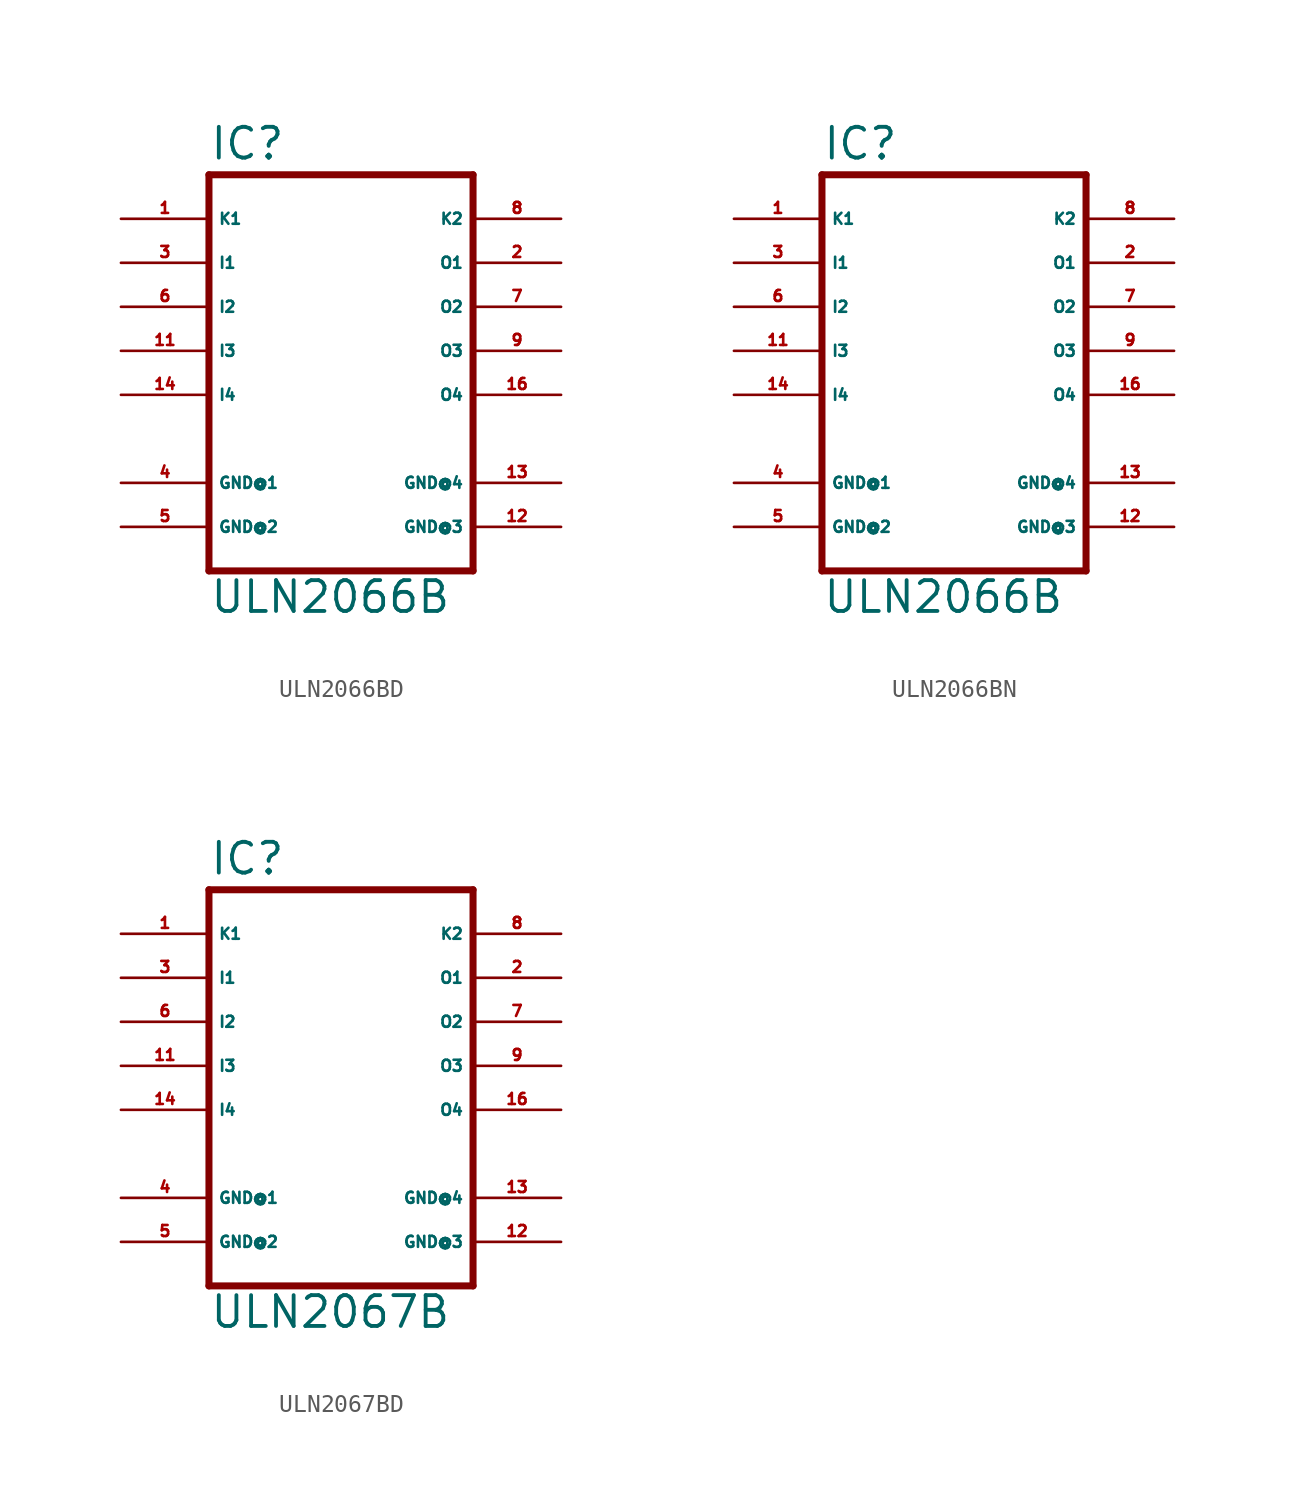
<source format=kicad_sym>
(kicad_symbol_lib
  (version 20220914)
  (generator Eagle2Kicad)
  (symbol "ULN2066BD"
    (property "Reference" "IC"
      (at -7.62 10.922 0)
      (effects (font (size 1.778 1.778) (thickness 0.22)) (justify left bottom)))
    (property "Value" "ULN2066B"
      (at -7.62 -15.24 0)
      (effects (font (size 1.778 1.778) (thickness 0.22)) (justify left bottom)))
    (polyline
      (pts (xy -7.62 10.16) (xy 7.62 10.16))
      (stroke (width 0.406) (type default))
      (fill (type none)))
    (polyline
      (pts (xy 7.62 -12.7) (xy 7.62 10.16))
      (stroke (width 0.406) (type default))
      (fill (type none)))
    (polyline
      (pts (xy 7.62 -12.7) (xy -7.62 -12.7))
      (stroke (width 0.406) (type default))
      (fill (type none)))
    (polyline
      (pts (xy -7.62 10.16) (xy -7.62 -12.7))
      (stroke (width 0.406) (type default))
      (fill (type none)))
    (pin input line
      (at -12.7 5.08 0)
      (length 5.08)
      (name "I1" (effects (font (size 0.635 0.635) (thickness 0.08)) (justify left bottom)))
      (number "3" (effects (font (size 0.635 0.635) (thickness 0.08)) (justify left bottom))))
    (pin input line
      (at -12.7 2.54 0)
      (length 5.08)
      (name "I2" (effects (font (size 0.635 0.635) (thickness 0.08)) (justify left bottom)))
      (number "6" (effects (font (size 0.635 0.635) (thickness 0.08)) (justify left bottom))))
    (pin input line
      (at -12.7 0 0)
      (length 5.08)
      (name "I3" (effects (font (size 0.635 0.635) (thickness 0.08)) (justify left bottom)))
      (number "11" (effects (font (size 0.635 0.635) (thickness 0.08)) (justify left bottom))))
    (pin input line
      (at -12.7 -2.54 0)
      (length 5.08)
      (name "I4" (effects (font (size 0.635 0.635) (thickness 0.08)) (justify left bottom)))
      (number "14" (effects (font (size 0.635 0.635) (thickness 0.08)) (justify left bottom))))
    (pin open_collector line
      (at 12.7 5.08 180)
      (length 5.08)
      (name "O1" (effects (font (size 0.635 0.635) (thickness 0.08)) (justify left bottom)))
      (number "2" (effects (font (size 0.635 0.635) (thickness 0.08)) (justify left bottom))))
    (pin open_collector line
      (at 12.7 2.54 180)
      (length 5.08)
      (name "O2" (effects (font (size 0.635 0.635) (thickness 0.08)) (justify left bottom)))
      (number "7" (effects (font (size 0.635 0.635) (thickness 0.08)) (justify left bottom))))
    (pin open_collector line
      (at 12.7 0 180)
      (length 5.08)
      (name "O3" (effects (font (size 0.635 0.635) (thickness 0.08)) (justify left bottom)))
      (number "9" (effects (font (size 0.635 0.635) (thickness 0.08)) (justify left bottom))))
    (pin open_collector line
      (at 12.7 -2.54 180)
      (length 5.08)
      (name "O4" (effects (font (size 0.635 0.635) (thickness 0.08)) (justify left bottom)))
      (number "16" (effects (font (size 0.635 0.635) (thickness 0.08)) (justify left bottom))))
    (pin passive line
      (at 12.7 7.62 180)
      (length 5.08)
      (name "K2" (effects (font (size 0.635 0.635) (thickness 0.08)) (justify left bottom)))
      (number "8" (effects (font (size 0.635 0.635) (thickness 0.08)) (justify left bottom))))
    (pin unspecified line
      (at -12.7 -10.16 0)
      (length 5.08)
      (name "GND@2" (effects (font (size 0.635 0.635) (thickness 0.08)) (justify left bottom)))
      (number "5" (effects (font (size 0.635 0.635) (thickness 0.08)) (justify left bottom))))
    (pin passive line
      (at -12.7 7.62 0)
      (length 5.08)
      (name "K1" (effects (font (size 0.635 0.635) (thickness 0.08)) (justify left bottom)))
      (number "1" (effects (font (size 0.635 0.635) (thickness 0.08)) (justify left bottom))))
    (pin unspecified line
      (at 12.7 -7.62 180)
      (length 5.08)
      (name "GND@4" (effects (font (size 0.635 0.635) (thickness 0.08)) (justify left bottom)))
      (number "13" (effects (font (size 0.635 0.635) (thickness 0.08)) (justify left bottom))))
    (pin unspecified line
      (at -12.7 -7.62 0)
      (length 5.08)
      (name "GND@1" (effects (font (size 0.635 0.635) (thickness 0.08)) (justify left bottom)))
      (number "4" (effects (font (size 0.635 0.635) (thickness 0.08)) (justify left bottom))))
    (pin unspecified line
      (at 12.7 -10.16 180)
      (length 5.08)
      (name "GND@3" (effects (font (size 0.635 0.635) (thickness 0.08)) (justify left bottom)))
      (number "12" (effects (font (size 0.635 0.635) (thickness 0.08)) (justify left bottom)))))
  (symbol "ULN2066BN"
    (property "Reference" "IC"
      (at -7.62 10.922 0)
      (effects (font (size 1.778 1.778) (thickness 0.22)) (justify left bottom)))
    (property "Value" "ULN2066B"
      (at -7.62 -15.24 0)
      (effects (font (size 1.778 1.778) (thickness 0.22)) (justify left bottom)))
    (polyline
      (pts (xy -7.62 10.16) (xy 7.62 10.16))
      (stroke (width 0.406) (type default))
      (fill (type none)))
    (polyline
      (pts (xy 7.62 -12.7) (xy 7.62 10.16))
      (stroke (width 0.406) (type default))
      (fill (type none)))
    (polyline
      (pts (xy 7.62 -12.7) (xy -7.62 -12.7))
      (stroke (width 0.406) (type default))
      (fill (type none)))
    (polyline
      (pts (xy -7.62 10.16) (xy -7.62 -12.7))
      (stroke (width 0.406) (type default))
      (fill (type none)))
    (pin input line
      (at -12.7 5.08 0)
      (length 5.08)
      (name "I1" (effects (font (size 0.635 0.635) (thickness 0.08)) (justify left bottom)))
      (number "3" (effects (font (size 0.635 0.635) (thickness 0.08)) (justify left bottom))))
    (pin input line
      (at -12.7 2.54 0)
      (length 5.08)
      (name "I2" (effects (font (size 0.635 0.635) (thickness 0.08)) (justify left bottom)))
      (number "6" (effects (font (size 0.635 0.635) (thickness 0.08)) (justify left bottom))))
    (pin input line
      (at -12.7 0 0)
      (length 5.08)
      (name "I3" (effects (font (size 0.635 0.635) (thickness 0.08)) (justify left bottom)))
      (number "11" (effects (font (size 0.635 0.635) (thickness 0.08)) (justify left bottom))))
    (pin input line
      (at -12.7 -2.54 0)
      (length 5.08)
      (name "I4" (effects (font (size 0.635 0.635) (thickness 0.08)) (justify left bottom)))
      (number "14" (effects (font (size 0.635 0.635) (thickness 0.08)) (justify left bottom))))
    (pin open_collector line
      (at 12.7 5.08 180)
      (length 5.08)
      (name "O1" (effects (font (size 0.635 0.635) (thickness 0.08)) (justify left bottom)))
      (number "2" (effects (font (size 0.635 0.635) (thickness 0.08)) (justify left bottom))))
    (pin open_collector line
      (at 12.7 2.54 180)
      (length 5.08)
      (name "O2" (effects (font (size 0.635 0.635) (thickness 0.08)) (justify left bottom)))
      (number "7" (effects (font (size 0.635 0.635) (thickness 0.08)) (justify left bottom))))
    (pin open_collector line
      (at 12.7 0 180)
      (length 5.08)
      (name "O3" (effects (font (size 0.635 0.635) (thickness 0.08)) (justify left bottom)))
      (number "9" (effects (font (size 0.635 0.635) (thickness 0.08)) (justify left bottom))))
    (pin open_collector line
      (at 12.7 -2.54 180)
      (length 5.08)
      (name "O4" (effects (font (size 0.635 0.635) (thickness 0.08)) (justify left bottom)))
      (number "16" (effects (font (size 0.635 0.635) (thickness 0.08)) (justify left bottom))))
    (pin passive line
      (at 12.7 7.62 180)
      (length 5.08)
      (name "K2" (effects (font (size 0.635 0.635) (thickness 0.08)) (justify left bottom)))
      (number "8" (effects (font (size 0.635 0.635) (thickness 0.08)) (justify left bottom))))
    (pin unspecified line
      (at -12.7 -10.16 0)
      (length 5.08)
      (name "GND@2" (effects (font (size 0.635 0.635) (thickness 0.08)) (justify left bottom)))
      (number "5" (effects (font (size 0.635 0.635) (thickness 0.08)) (justify left bottom))))
    (pin passive line
      (at -12.7 7.62 0)
      (length 5.08)
      (name "K1" (effects (font (size 0.635 0.635) (thickness 0.08)) (justify left bottom)))
      (number "1" (effects (font (size 0.635 0.635) (thickness 0.08)) (justify left bottom))))
    (pin unspecified line
      (at 12.7 -7.62 180)
      (length 5.08)
      (name "GND@4" (effects (font (size 0.635 0.635) (thickness 0.08)) (justify left bottom)))
      (number "13" (effects (font (size 0.635 0.635) (thickness 0.08)) (justify left bottom))))
    (pin unspecified line
      (at -12.7 -7.62 0)
      (length 5.08)
      (name "GND@1" (effects (font (size 0.635 0.635) (thickness 0.08)) (justify left bottom)))
      (number "4" (effects (font (size 0.635 0.635) (thickness 0.08)) (justify left bottom))))
    (pin unspecified line
      (at 12.7 -10.16 180)
      (length 5.08)
      (name "GND@3" (effects (font (size 0.635 0.635) (thickness 0.08)) (justify left bottom)))
      (number "12" (effects (font (size 0.635 0.635) (thickness 0.08)) (justify left bottom)))))
  (symbol "ULN2067BD"
    (property "Reference" "IC"
      (at -7.62 10.922 0)
      (effects (font (size 1.778 1.778) (thickness 0.22)) (justify left bottom)))
    (property "Value" "ULN2067B"
      (at -7.62 -15.24 0)
      (effects (font (size 1.778 1.778) (thickness 0.22)) (justify left bottom)))
    (polyline
      (pts (xy -7.62 10.16) (xy 7.62 10.16))
      (stroke (width 0.406) (type default))
      (fill (type none)))
    (polyline
      (pts (xy 7.62 -12.7) (xy 7.62 10.16))
      (stroke (width 0.406) (type default))
      (fill (type none)))
    (polyline
      (pts (xy 7.62 -12.7) (xy -7.62 -12.7))
      (stroke (width 0.406) (type default))
      (fill (type none)))
    (polyline
      (pts (xy -7.62 10.16) (xy -7.62 -12.7))
      (stroke (width 0.406) (type default))
      (fill (type none)))
    (pin input line
      (at -12.7 5.08 0)
      (length 5.08)
      (name "I1" (effects (font (size 0.635 0.635) (thickness 0.08)) (justify left bottom)))
      (number "3" (effects (font (size 0.635 0.635) (thickness 0.08)) (justify left bottom))))
    (pin input line
      (at -12.7 2.54 0)
      (length 5.08)
      (name "I2" (effects (font (size 0.635 0.635) (thickness 0.08)) (justify left bottom)))
      (number "6" (effects (font (size 0.635 0.635) (thickness 0.08)) (justify left bottom))))
    (pin input line
      (at -12.7 0 0)
      (length 5.08)
      (name "I3" (effects (font (size 0.635 0.635) (thickness 0.08)) (justify left bottom)))
      (number "11" (effects (font (size 0.635 0.635) (thickness 0.08)) (justify left bottom))))
    (pin input line
      (at -12.7 -2.54 0)
      (length 5.08)
      (name "I4" (effects (font (size 0.635 0.635) (thickness 0.08)) (justify left bottom)))
      (number "14" (effects (font (size 0.635 0.635) (thickness 0.08)) (justify left bottom))))
    (pin open_collector line
      (at 12.7 5.08 180)
      (length 5.08)
      (name "O1" (effects (font (size 0.635 0.635) (thickness 0.08)) (justify left bottom)))
      (number "2" (effects (font (size 0.635 0.635) (thickness 0.08)) (justify left bottom))))
    (pin open_collector line
      (at 12.7 2.54 180)
      (length 5.08)
      (name "O2" (effects (font (size 0.635 0.635) (thickness 0.08)) (justify left bottom)))
      (number "7" (effects (font (size 0.635 0.635) (thickness 0.08)) (justify left bottom))))
    (pin open_collector line
      (at 12.7 0 180)
      (length 5.08)
      (name "O3" (effects (font (size 0.635 0.635) (thickness 0.08)) (justify left bottom)))
      (number "9" (effects (font (size 0.635 0.635) (thickness 0.08)) (justify left bottom))))
    (pin open_collector line
      (at 12.7 -2.54 180)
      (length 5.08)
      (name "O4" (effects (font (size 0.635 0.635) (thickness 0.08)) (justify left bottom)))
      (number "16" (effects (font (size 0.635 0.635) (thickness 0.08)) (justify left bottom))))
    (pin passive line
      (at 12.7 7.62 180)
      (length 5.08)
      (name "K2" (effects (font (size 0.635 0.635) (thickness 0.08)) (justify left bottom)))
      (number "8" (effects (font (size 0.635 0.635) (thickness 0.08)) (justify left bottom))))
    (pin unspecified line
      (at -12.7 -10.16 0)
      (length 5.08)
      (name "GND@2" (effects (font (size 0.635 0.635) (thickness 0.08)) (justify left bottom)))
      (number "5" (effects (font (size 0.635 0.635) (thickness 0.08)) (justify left bottom))))
    (pin passive line
      (at -12.7 7.62 0)
      (length 5.08)
      (name "K1" (effects (font (size 0.635 0.635) (thickness 0.08)) (justify left bottom)))
      (number "1" (effects (font (size 0.635 0.635) (thickness 0.08)) (justify left bottom))))
    (pin unspecified line
      (at 12.7 -7.62 180)
      (length 5.08)
      (name "GND@4" (effects (font (size 0.635 0.635) (thickness 0.08)) (justify left bottom)))
      (number "13" (effects (font (size 0.635 0.635) (thickness 0.08)) (justify left bottom))))
    (pin unspecified line
      (at -12.7 -7.62 0)
      (length 5.08)
      (name "GND@1" (effects (font (size 0.635 0.635) (thickness 0.08)) (justify left bottom)))
      (number "4" (effects (font (size 0.635 0.635) (thickness 0.08)) (justify left bottom))))
    (pin unspecified line
      (at 12.7 -10.16 180)
      (length 5.08)
      (name "GND@3" (effects (font (size 0.635 0.635) (thickness 0.08)) (justify left bottom)))
      (number "12" (effects (font (size 0.635 0.635) (thickness 0.08)) (justify left bottom))))))
</source>
